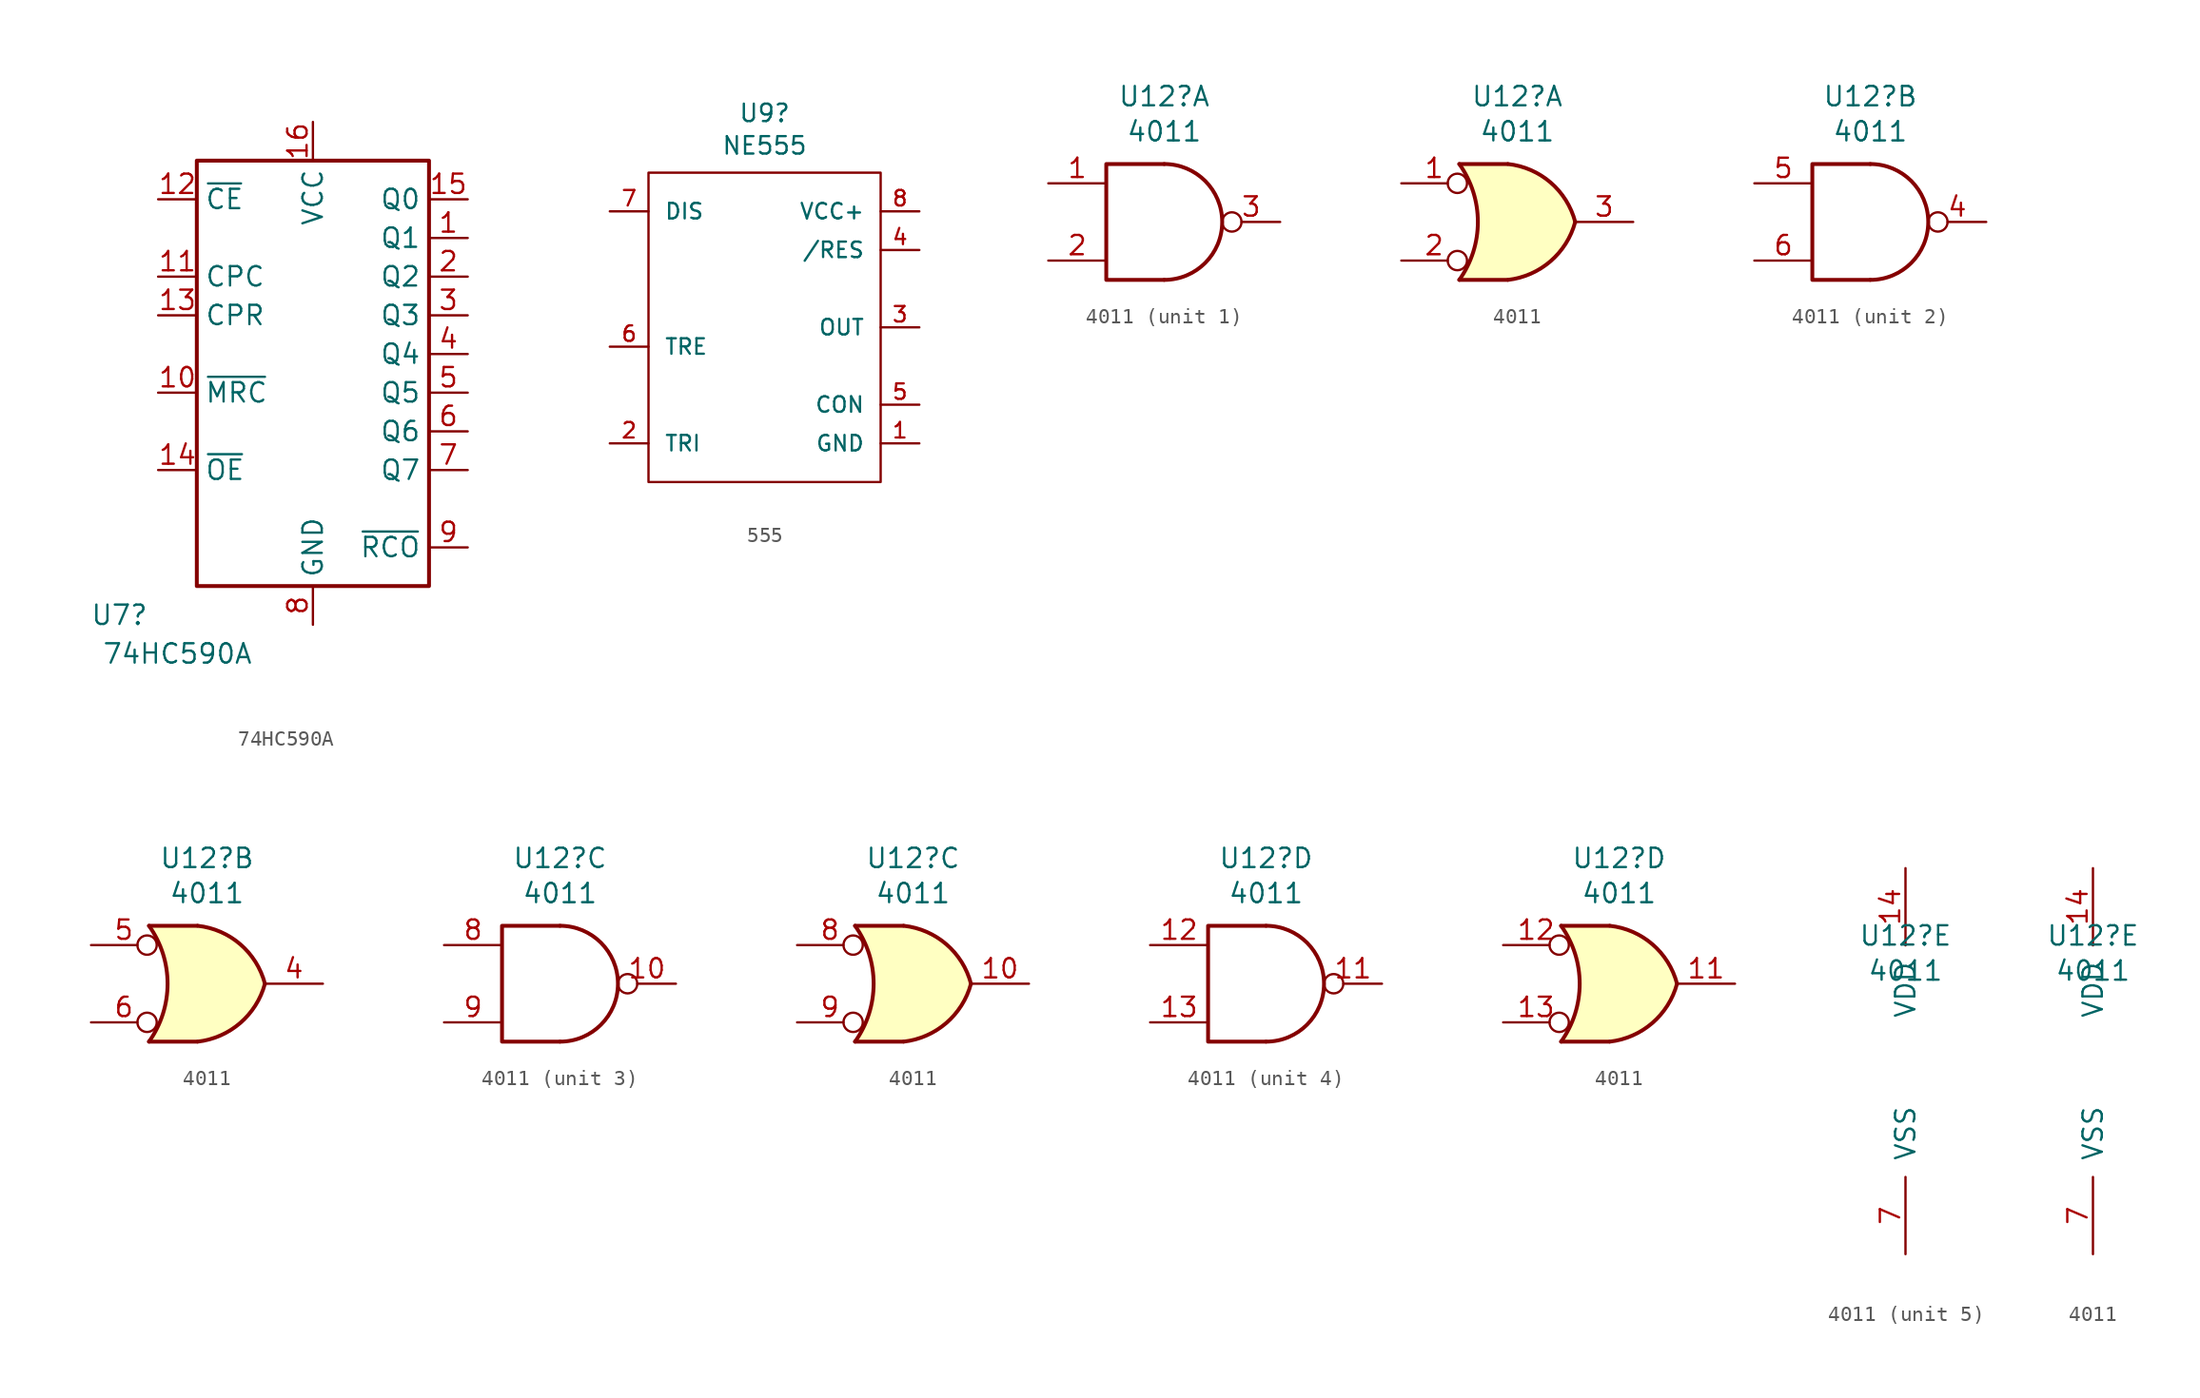
<source format=kicad_sym>
(kicad_symbol_lib
  (version 20220914)
  (generator kicad_symbol_editor)
  (symbol "74HC590A"
    (property "Reference" "U7"
      (at -12.7 -14.605 0)
      (effects (font (size 1.27 1.27))))
    (property "Value" "74HC590A"
      (at -8.89 -17.145 0)
      (effects (font (size 1.27 1.27))))
    (symbol "74HC590A_1_0"
      (pin tri_state line (at 10.16 10.16 180) (length 2.54) (name "Q1" (effects (font (size 1.27 1.27)))) (number "1" (effects (font (size 1.27 1.27)))))
      (pin input line (at -10.16 0 0) (length 2.54) (name "~{MRC}" (effects (font (size 1.27 1.27)))) (number "10" (effects (font (size 1.27 1.27)))))
      (pin input line (at -10.16 7.62 0) (length 2.54) (name "CPC" (effects (font (size 1.27 1.27)))) (number "11" (effects (font (size 1.27 1.27)))))
      (pin input line (at -10.16 12.7 0) (length 2.54) (name "~{CE}" (effects (font (size 1.27 1.27)))) (number "12" (effects (font (size 1.27 1.27)))))
      (pin input line (at -10.16 5.08 0) (length 2.54) (name "CPR" (effects (font (size 1.27 1.27)))) (number "13" (effects (font (size 1.27 1.27)))))
      (pin input line (at -10.16 -5.08 0) (length 2.54) (name "~{OE}" (effects (font (size 1.27 1.27)))) (number "14" (effects (font (size 1.27 1.27)))))
      (pin tri_state line (at 10.16 12.7 180) (length 2.54) (name "Q0" (effects (font (size 1.27 1.27)))) (number "15" (effects (font (size 1.27 1.27)))))
      (pin power_in line (at 0 17.78 270) (length 2.54) (name "VCC" (effects (font (size 1.27 1.27)))) (number "16" (effects (font (size 1.27 1.27)))))
      (pin tri_state line (at 10.16 7.62 180) (length 2.54) (name "Q2" (effects (font (size 1.27 1.27)))) (number "2" (effects (font (size 1.27 1.27)))))
      (pin tri_state line (at 10.16 5.08 180) (length 2.54) (name "Q3" (effects (font (size 1.27 1.27)))) (number "3" (effects (font (size 1.27 1.27)))))
      (pin tri_state line (at 10.16 2.54 180) (length 2.54) (name "Q4" (effects (font (size 1.27 1.27)))) (number "4" (effects (font (size 1.27 1.27)))))
      (pin tri_state line (at 10.16 0 180) (length 2.54) (name "Q5" (effects (font (size 1.27 1.27)))) (number "5" (effects (font (size 1.27 1.27)))))
      (pin tri_state line (at 10.16 -2.54 180) (length 2.54) (name "Q6" (effects (font (size 1.27 1.27)))) (number "6" (effects (font (size 1.27 1.27)))))
      (pin tri_state line (at 10.16 -5.08 180) (length 2.54) (name "Q7" (effects (font (size 1.27 1.27)))) (number "7" (effects (font (size 1.27 1.27)))))
      (pin power_in line (at 0 -15.24 90) (length 2.54) (name "GND" (effects (font (size 1.27 1.27)))) (number "8" (effects (font (size 1.27 1.27)))))
      (pin output line (at 10.16 -10.16 180) (length 2.54) (name "~{RCO}" (effects (font (size 1.27 1.27)))) (number "9" (effects (font (size 1.27 1.27))))))
    (symbol "74HC590A_1_1"
      (rectangle (start -7.62 15.24) (end 7.62 -12.7) (stroke (width 0.254) (type default)) (fill (type none)))))
  (symbol "555"
    (pin_names
      (offset 1.016))
    (property "Reference" "U9"
      (at 0 14.072 0)
      (effects (font (size 1.143 1.143))))
    (property "Value" "NE555"
      (at 0 11.938 0)
      (effects (font (size 1.143 1.143))))
    (property "Field4" ""
      (at 0 12.217 0)
      (effects (font (size 1.524 1.524))))
    (property "ki_locked" ""
      (at 0 0 0)
      (effects (font (size 1.27 1.27))))
    (symbol "555_1_1"
      (polyline (pts (xy -7.62 10.16) (xy -7.62 -10.16) (xy 7.62 -10.16) (xy 7.62 10.16) (xy -7.62 10.16)) (stroke (width 0) (type solid)) (fill (type none)))
      (pin power_in line (at 10.16 -7.62 180) (length 2.54) (name "GND" (effects (font (size 1.016 1.016)))) (number "1" (effects (font (size 1.016 1.016)))))
      (pin input line (at -10.16 -7.62 0) (length 2.54) (name "TRI" (effects (font (size 1.016 1.016)))) (number "2" (effects (font (size 1.016 1.016)))))
      (pin output line (at 10.16 0 180) (length 2.54) (name "OUT" (effects (font (size 1.016 1.016)))) (number "3" (effects (font (size 1.016 1.016)))))
      (pin input line (at 10.16 5.08 180) (length 2.54) (name "/RES" (effects (font (size 1.016 1.016)))) (number "4" (effects (font (size 1.016 1.016)))))
      (pin input line (at 10.16 -5.08 180) (length 2.54) (name "CON" (effects (font (size 1.016 1.016)))) (number "5" (effects (font (size 1.016 1.016)))))
      (pin input line (at -10.16 -1.27 0) (length 2.54) (name "TRE" (effects (font (size 1.016 1.016)))) (number "6" (effects (font (size 1.016 1.016)))))
      (pin input line (at -10.16 7.62 0) (length 2.54) (name "DIS" (effects (font (size 1.016 1.016)))) (number "7" (effects (font (size 1.016 1.016)))))
      (pin power_in line (at 10.16 7.62 180) (length 2.54) (name "VCC+" (effects (font (size 1.016 1.016)))) (number "8" (effects (font (size 1.016 1.016)))))))
  (symbol "4011"
    (pin_names
      (offset 1.016))
    (property "Reference" "U12"
      (at 0 8.255 0)
      (effects (font (size 1.27 1.27))))
    (property "Value" "4011"
      (at 0 5.944 0)
      (effects (font (size 1.27 1.27))))
    (property "ki_locked" ""
      (at 0 0 0)
      (effects (font (size 1.27 1.27))))
    (symbol "4011_1_1"
      (arc (start 0 -3.81) (mid 3.7934 0) (end 0 3.81) (stroke (width 0.254) (type default)) (fill (type none)))
      (polyline (pts (xy 0 3.81) (xy -3.81 3.81) (xy -3.81 -3.81) (xy 0 -3.81)) (stroke (width 0.254) (type default)) (fill (type none)))
      (pin input line (at -7.62 2.54 0) (length 3.81) (name "~" (effects (font (size 1.27 1.27)))) (number "1" (effects (font (size 1.27 1.27)))))
      (pin input line (at -7.62 -2.54 0) (length 3.81) (name "~" (effects (font (size 1.27 1.27)))) (number "2" (effects (font (size 1.27 1.27)))))
      (pin output inverted (at 7.62 0 180) (length 3.81) (name "~" (effects (font (size 1.27 1.27)))) (number "3" (effects (font (size 1.27 1.27))))))
    (symbol "4011_1_2"
      (arc (start -3.81 -3.81) (mid -2.589 0) (end -3.81 3.81) (stroke (width 0.254) (type default)) (fill (type none)))
      (arc (start -0.6096 -3.81) (mid 2.1842 -2.5851) (end 3.81 0) (stroke (width 0.254) (type default)) (fill (type background)))
      (polyline (pts (xy -3.81 -3.81) (xy -0.635 -3.81)) (stroke (width 0.254) (type default)) (fill (type background)))
      (polyline (pts (xy -3.81 3.81) (xy -0.635 3.81)) (stroke (width 0.254) (type default)) (fill (type background)))
      (polyline (pts (xy -0.635 3.81) (xy -3.81 3.81) (xy -3.81 3.81) (xy -3.556 3.404) (xy -3.023 2.261) (xy -2.692 1.041) (xy -2.616 -0.254) (xy -2.769 -1.499) (xy -3.175 -2.718) (xy -3.81 -3.81) (xy -3.81 -3.81) (xy -0.635 -3.81)) (stroke (width -25.4) (type default)) (fill (type background)))
      (arc (start 3.81 0) (mid 2.1915 2.5936) (end -0.6096 3.81) (stroke (width 0.254) (type default)) (fill (type background)))
      (pin input inverted (at -7.62 2.54 0) (length 4.318) (name "~" (effects (font (size 1.27 1.27)))) (number "1" (effects (font (size 1.27 1.27)))))
      (pin input inverted (at -7.62 -2.54 0) (length 4.318) (name "~" (effects (font (size 1.27 1.27)))) (number "2" (effects (font (size 1.27 1.27)))))
      (pin output line (at 7.62 0 180) (length 3.81) (name "~" (effects (font (size 1.27 1.27)))) (number "3" (effects (font (size 1.27 1.27))))))
    (symbol "4011_2_1"
      (arc (start 0 -3.81) (mid 3.7934 0) (end 0 3.81) (stroke (width 0.254) (type default)) (fill (type none)))
      (polyline (pts (xy 0 3.81) (xy -3.81 3.81) (xy -3.81 -3.81) (xy 0 -3.81)) (stroke (width 0.254) (type default)) (fill (type none)))
      (pin output inverted (at 7.62 0 180) (length 3.81) (name "~" (effects (font (size 1.27 1.27)))) (number "4" (effects (font (size 1.27 1.27)))))
      (pin input line (at -7.62 2.54 0) (length 3.81) (name "~" (effects (font (size 1.27 1.27)))) (number "5" (effects (font (size 1.27 1.27)))))
      (pin input line (at -7.62 -2.54 0) (length 3.81) (name "~" (effects (font (size 1.27 1.27)))) (number "6" (effects (font (size 1.27 1.27))))))
    (symbol "4011_2_2"
      (arc (start -3.81 -3.81) (mid -2.589 0) (end -3.81 3.81) (stroke (width 0.254) (type default)) (fill (type none)))
      (arc (start -0.6096 -3.81) (mid 2.1842 -2.5851) (end 3.81 0) (stroke (width 0.254) (type default)) (fill (type background)))
      (polyline (pts (xy -3.81 -3.81) (xy -0.635 -3.81)) (stroke (width 0.254) (type default)) (fill (type background)))
      (polyline (pts (xy -3.81 3.81) (xy -0.635 3.81)) (stroke (width 0.254) (type default)) (fill (type background)))
      (polyline (pts (xy -0.635 3.81) (xy -3.81 3.81) (xy -3.81 3.81) (xy -3.556 3.404) (xy -3.023 2.261) (xy -2.692 1.041) (xy -2.616 -0.254) (xy -2.769 -1.499) (xy -3.175 -2.718) (xy -3.81 -3.81) (xy -3.81 -3.81) (xy -0.635 -3.81)) (stroke (width -25.4) (type default)) (fill (type background)))
      (arc (start 3.81 0) (mid 2.1915 2.5936) (end -0.6096 3.81) (stroke (width 0.254) (type default)) (fill (type background)))
      (pin output line (at 7.62 0 180) (length 3.81) (name "~" (effects (font (size 1.27 1.27)))) (number "4" (effects (font (size 1.27 1.27)))))
      (pin input inverted (at -7.62 2.54 0) (length 4.318) (name "~" (effects (font (size 1.27 1.27)))) (number "5" (effects (font (size 1.27 1.27)))))
      (pin input inverted (at -7.62 -2.54 0) (length 4.318) (name "~" (effects (font (size 1.27 1.27)))) (number "6" (effects (font (size 1.27 1.27))))))
    (symbol "4011_3_1"
      (arc (start 0 -3.81) (mid 3.7934 0) (end 0 3.81) (stroke (width 0.254) (type default)) (fill (type none)))
      (polyline (pts (xy 0 3.81) (xy -3.81 3.81) (xy -3.81 -3.81) (xy 0 -3.81)) (stroke (width 0.254) (type default)) (fill (type none)))
      (pin output inverted (at 7.62 0 180) (length 3.81) (name "~" (effects (font (size 1.27 1.27)))) (number "10" (effects (font (size 1.27 1.27)))))
      (pin input line (at -7.62 2.54 0) (length 3.81) (name "~" (effects (font (size 1.27 1.27)))) (number "8" (effects (font (size 1.27 1.27)))))
      (pin input line (at -7.62 -2.54 0) (length 3.81) (name "~" (effects (font (size 1.27 1.27)))) (number "9" (effects (font (size 1.27 1.27))))))
    (symbol "4011_3_2"
      (arc (start -3.81 -3.81) (mid -2.589 0) (end -3.81 3.81) (stroke (width 0.254) (type default)) (fill (type none)))
      (arc (start -0.6096 -3.81) (mid 2.1842 -2.5851) (end 3.81 0) (stroke (width 0.254) (type default)) (fill (type background)))
      (polyline (pts (xy -3.81 -3.81) (xy -0.635 -3.81)) (stroke (width 0.254) (type default)) (fill (type background)))
      (polyline (pts (xy -3.81 3.81) (xy -0.635 3.81)) (stroke (width 0.254) (type default)) (fill (type background)))
      (polyline (pts (xy -0.635 3.81) (xy -3.81 3.81) (xy -3.81 3.81) (xy -3.556 3.404) (xy -3.023 2.261) (xy -2.692 1.041) (xy -2.616 -0.254) (xy -2.769 -1.499) (xy -3.175 -2.718) (xy -3.81 -3.81) (xy -3.81 -3.81) (xy -0.635 -3.81)) (stroke (width -25.4) (type default)) (fill (type background)))
      (arc (start 3.81 0) (mid 2.1915 2.5936) (end -0.6096 3.81) (stroke (width 0.254) (type default)) (fill (type background)))
      (pin output line (at 7.62 0 180) (length 3.81) (name "~" (effects (font (size 1.27 1.27)))) (number "10" (effects (font (size 1.27 1.27)))))
      (pin input inverted (at -7.62 2.54 0) (length 4.318) (name "~" (effects (font (size 1.27 1.27)))) (number "8" (effects (font (size 1.27 1.27)))))
      (pin input inverted (at -7.62 -2.54 0) (length 4.318) (name "~" (effects (font (size 1.27 1.27)))) (number "9" (effects (font (size 1.27 1.27))))))
    (symbol "4011_4_1"
      (arc (start 0 -3.81) (mid 3.7934 0) (end 0 3.81) (stroke (width 0.254) (type default)) (fill (type none)))
      (polyline (pts (xy 0 3.81) (xy -3.81 3.81) (xy -3.81 -3.81) (xy 0 -3.81)) (stroke (width 0.254) (type default)) (fill (type none)))
      (pin output inverted (at 7.62 0 180) (length 3.81) (name "~" (effects (font (size 1.27 1.27)))) (number "11" (effects (font (size 1.27 1.27)))))
      (pin input line (at -7.62 2.54 0) (length 3.81) (name "~" (effects (font (size 1.27 1.27)))) (number "12" (effects (font (size 1.27 1.27)))))
      (pin input line (at -7.62 -2.54 0) (length 3.81) (name "~" (effects (font (size 1.27 1.27)))) (number "13" (effects (font (size 1.27 1.27))))))
    (symbol "4011_4_2"
      (arc (start -3.81 -3.81) (mid -2.589 0) (end -3.81 3.81) (stroke (width 0.254) (type default)) (fill (type none)))
      (arc (start -0.6096 -3.81) (mid 2.1842 -2.5851) (end 3.81 0) (stroke (width 0.254) (type default)) (fill (type background)))
      (polyline (pts (xy -3.81 -3.81) (xy -0.635 -3.81)) (stroke (width 0.254) (type default)) (fill (type background)))
      (polyline (pts (xy -3.81 3.81) (xy -0.635 3.81)) (stroke (width 0.254) (type default)) (fill (type background)))
      (polyline (pts (xy -0.635 3.81) (xy -3.81 3.81) (xy -3.81 3.81) (xy -3.556 3.404) (xy -3.023 2.261) (xy -2.692 1.041) (xy -2.616 -0.254) (xy -2.769 -1.499) (xy -3.175 -2.718) (xy -3.81 -3.81) (xy -3.81 -3.81) (xy -0.635 -3.81)) (stroke (width -25.4) (type default)) (fill (type background)))
      (arc (start 3.81 0) (mid 2.1915 2.5936) (end -0.6096 3.81) (stroke (width 0.254) (type default)) (fill (type background)))
      (pin output line (at 7.62 0 180) (length 3.81) (name "~" (effects (font (size 1.27 1.27)))) (number "11" (effects (font (size 1.27 1.27)))))
      (pin input inverted (at -7.62 2.54 0) (length 4.318) (name "~" (effects (font (size 1.27 1.27)))) (number "12" (effects (font (size 1.27 1.27)))))
      (pin input inverted (at -7.62 -2.54 0) (length 4.318) (name "~" (effects (font (size 1.27 1.27)))) (number "13" (effects (font (size 1.27 1.27))))))
    (symbol "4011_5_0"
      (pin power_in line (at 0 12.7 270) (length 5.08) (name "VDD" (effects (font (size 1.27 1.27)))) (number "14" (effects (font (size 1.27 1.27)))))
      (pin power_in line (at 0 -12.7 90) (length 5.08) (name "VSS" (effects (font (size 1.27 1.27)))) (number "7" (effects (font (size 1.27 1.27))))))))
</source>
